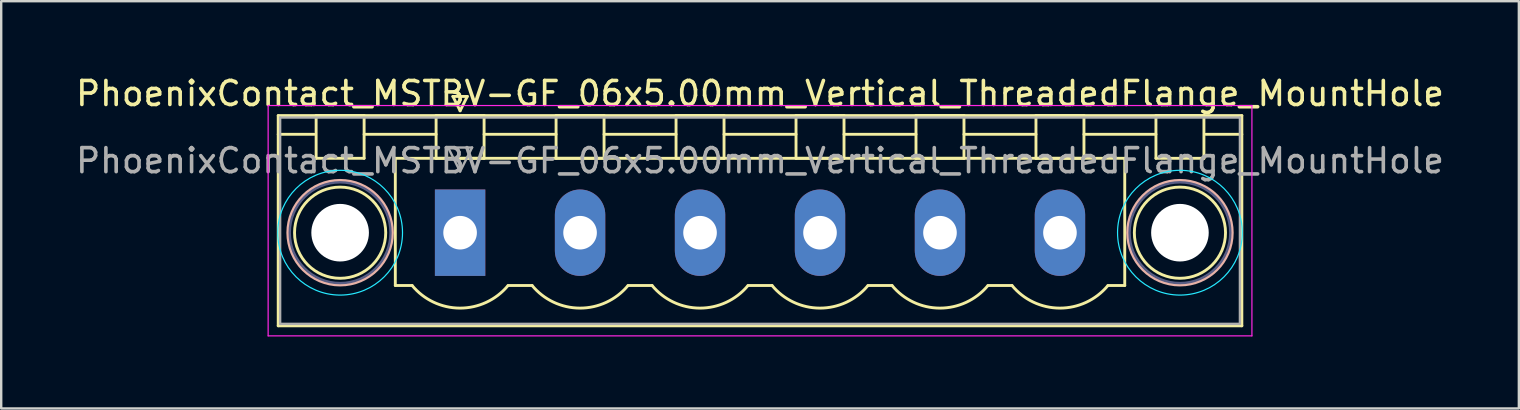
<source format=kicad_pcb>
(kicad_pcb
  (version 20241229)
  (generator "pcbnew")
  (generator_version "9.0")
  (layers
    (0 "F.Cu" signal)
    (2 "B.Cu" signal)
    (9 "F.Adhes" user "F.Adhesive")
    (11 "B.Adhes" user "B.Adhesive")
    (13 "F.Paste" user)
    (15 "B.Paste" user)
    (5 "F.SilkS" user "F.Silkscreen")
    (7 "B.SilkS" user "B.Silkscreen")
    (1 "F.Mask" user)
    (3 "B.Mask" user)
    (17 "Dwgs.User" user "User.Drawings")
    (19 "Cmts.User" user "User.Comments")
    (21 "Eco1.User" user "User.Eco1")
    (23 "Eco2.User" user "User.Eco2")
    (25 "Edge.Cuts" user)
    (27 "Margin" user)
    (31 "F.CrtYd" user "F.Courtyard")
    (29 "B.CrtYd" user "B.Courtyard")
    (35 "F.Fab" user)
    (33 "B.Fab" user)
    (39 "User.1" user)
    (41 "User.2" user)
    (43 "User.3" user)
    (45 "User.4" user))
  (footprint "PhoenixContact_MSTBV-GF_06x5.00mm_Vertical_ThreadedFlange_MountHole"
    (layer "F.Cu")
    (at 16.125 6.648)
    (property "Reference" "PhoenixContact_MSTBV-GF_06x5.00mm_Vertical_ThreadedFlange_MountHole" (at 12.5 -5.8 0) (layer "F.SilkS") (effects (font (size 1 1) (thickness 0.15))))
    (attr through_hole)
    (fp_line (start -7.58 -4.88) (end -7.58 3.88) (stroke (width 0.12) (type solid)) (layer "F.SilkS"))
    (fp_line (start -7.58 -4.1) (end -6.08 -4.1) (stroke (width 0.12) (type solid)) (layer "F.SilkS"))
    (fp_line (start -7.58 3.88) (end 32.58 3.88) (stroke (width 0.12) (type solid)) (layer "F.SilkS"))
    (fp_line (start -6 -4.88) (end -4 -4.88) (stroke (width 0.12) (type solid)) (layer "F.SilkS"))
    (fp_line (start -6 -3.1) (end -6 -4.88) (stroke (width 0.12) (type solid)) (layer "F.SilkS"))
    (fp_line (start -4 -4.88) (end -4 -3.1) (stroke (width 0.12) (type solid)) (layer "F.SilkS"))
    (fp_line (start -4 -4.1) (end -1 -4.1) (stroke (width 0.12) (type solid)) (layer "F.SilkS"))
    (fp_line (start -4 -3.1) (end -6 -3.1) (stroke (width 0.12) (type solid)) (layer "F.SilkS"))
    (fp_line (start -2.7 -3.1) (end 27.7 -3.1) (stroke (width 0.12) (type solid)) (layer "F.SilkS"))
    (fp_line (start -2.7 2.2) (end -2.7 -3.1) (stroke (width 0.12) (type solid)) (layer "F.SilkS"))
    (fp_line (start -2 2.2) (end -2.7 2.2) (stroke (width 0.12) (type solid)) (layer "F.SilkS"))
    (fp_line (start -1 -4.88) (end 1 -4.88) (stroke (width 0.12) (type solid)) (layer "F.SilkS"))
    (fp_line (start -1 -3.1) (end -1 -4.88) (stroke (width 0.12) (type solid)) (layer "F.SilkS"))
    (fp_line (start -0.3 -5.68) (end 0.3 -5.68) (stroke (width 0.12) (type solid)) (layer "F.SilkS"))
    (fp_line (start 0 -5.08) (end -0.3 -5.68) (stroke (width 0.12) (type solid)) (layer "F.SilkS"))
    (fp_line (start 0.3 -5.68) (end 0 -5.08) (stroke (width 0.12) (type solid)) (layer "F.SilkS"))
    (fp_line (start 1 -4.88) (end 1 -3.1) (stroke (width 0.12) (type solid)) (layer "F.SilkS"))
    (fp_line (start 1 -4.1) (end 4 -4.1) (stroke (width 0.12) (type solid)) (layer "F.SilkS"))
    (fp_line (start 1 -3.1) (end -1 -3.1) (stroke (width 0.12) (type solid)) (layer "F.SilkS"))
    (fp_line (start 2 2.2) (end 3 2.2) (stroke (width 0.12) (type solid)) (layer "F.SilkS"))
    (fp_line (start 4 -4.88) (end 6 -4.88) (stroke (width 0.12) (type solid)) (layer "F.SilkS"))
    (fp_line (start 4 -3.1) (end 4 -4.88) (stroke (width 0.12) (type solid)) (layer "F.SilkS"))
    (fp_line (start 6 -4.88) (end 6 -3.1) (stroke (width 0.12) (type solid)) (layer "F.SilkS"))
    (fp_line (start 6 -4.1) (end 9 -4.1) (stroke (width 0.12) (type solid)) (layer "F.SilkS"))
    (fp_line (start 6 -3.1) (end 4 -3.1) (stroke (width 0.12) (type solid)) (layer "F.SilkS"))
    (fp_line (start 7 2.2) (end 8 2.2) (stroke (width 0.12) (type solid)) (layer "F.SilkS"))
    (fp_line (start 9 -4.88) (end 11 -4.88) (stroke (width 0.12) (type solid)) (layer "F.SilkS"))
    (fp_line (start 9 -3.1) (end 9 -4.88) (stroke (width 0.12) (type solid)) (layer "F.SilkS"))
    (fp_line (start 11 -4.88) (end 11 -3.1) (stroke (width 0.12) (type solid)) (layer "F.SilkS"))
    (fp_line (start 11 -4.1) (end 14 -4.1) (stroke (width 0.12) (type solid)) (layer "F.SilkS"))
    (fp_line (start 11 -3.1) (end 9 -3.1) (stroke (width 0.12) (type solid)) (layer "F.SilkS"))
    (fp_line (start 12 2.2) (end 13 2.2) (stroke (width 0.12) (type solid)) (layer "F.SilkS"))
    (fp_line (start 14 -4.88) (end 16 -4.88) (stroke (width 0.12) (type solid)) (layer "F.SilkS"))
    (fp_line (start 14 -3.1) (end 14 -4.88) (stroke (width 0.12) (type solid)) (layer "F.SilkS"))
    (fp_line (start 16 -4.88) (end 16 -3.1) (stroke (width 0.12) (type solid)) (layer "F.SilkS"))
    (fp_line (start 16 -4.1) (end 19 -4.1) (stroke (width 0.12) (type solid)) (layer "F.SilkS"))
    (fp_line (start 16 -3.1) (end 14 -3.1) (stroke (width 0.12) (type solid)) (layer "F.SilkS"))
    (fp_line (start 17 2.2) (end 18 2.2) (stroke (width 0.12) (type solid)) (layer "F.SilkS"))
    (fp_line (start 19 -4.88) (end 21 -4.88) (stroke (width 0.12) (type solid)) (layer "F.SilkS"))
    (fp_line (start 19 -3.1) (end 19 -4.88) (stroke (width 0.12) (type solid)) (layer "F.SilkS"))
    (fp_line (start 21 -4.88) (end 21 -3.1) (stroke (width 0.12) (type solid)) (layer "F.SilkS"))
    (fp_line (start 21 -4.1) (end 24 -4.1) (stroke (width 0.12) (type solid)) (layer "F.SilkS"))
    (fp_line (start 21 -3.1) (end 19 -3.1) (stroke (width 0.12) (type solid)) (layer "F.SilkS"))
    (fp_line (start 22 2.2) (end 23 2.2) (stroke (width 0.12) (type solid)) (layer "F.SilkS"))
    (fp_line (start 24 -4.88) (end 26 -4.88) (stroke (width 0.12) (type solid)) (layer "F.SilkS"))
    (fp_line (start 24 -3.1) (end 24 -4.88) (stroke (width 0.12) (type solid)) (layer "F.SilkS"))
    (fp_line (start 26 -4.88) (end 26 -3.1) (stroke (width 0.12) (type solid)) (layer "F.SilkS"))
    (fp_line (start 26 -4.1) (end 29 -4.1) (stroke (width 0.12) (type solid)) (layer "F.SilkS"))
    (fp_line (start 26 -3.1) (end 24 -3.1) (stroke (width 0.12) (type solid)) (layer "F.SilkS"))
    (fp_line (start 27.7 -3.1) (end 27.7 2.2) (stroke (width 0.12) (type solid)) (layer "F.SilkS"))
    (fp_line (start 27.7 2.2) (end 27 2.2) (stroke (width 0.12) (type solid)) (layer "F.SilkS"))
    (fp_line (start 29 -4.88) (end 31 -4.88) (stroke (width 0.12) (type solid)) (layer "F.SilkS"))
    (fp_line (start 29 -3.1) (end 29 -4.88) (stroke (width 0.12) (type solid)) (layer "F.SilkS"))
    (fp_line (start 31 -4.88) (end 31 -3.1) (stroke (width 0.12) (type solid)) (layer "F.SilkS"))
    (fp_line (start 31 -3.1) (end 29 -3.1) (stroke (width 0.12) (type solid)) (layer "F.SilkS"))
    (fp_line (start 32.58 -4.88) (end -7.58 -4.88) (stroke (width 0.12) (type solid)) (layer "F.SilkS"))
    (fp_line (start 32.58 -4.1) (end 31.08 -4.1) (stroke (width 0.12) (type solid)) (layer "F.SilkS"))
    (fp_line (start 32.58 3.88) (end 32.58 -4.88) (stroke (width 0.12) (type solid)) (layer "F.SilkS"))
    (fp_arc (start 1.986842 2.215821) (mid -0.010289 3.142758) (end -2 2.2) (stroke (width 0.12) (type solid)) (layer "F.SilkS"))
    (fp_arc (start 6.986842 2.215821) (mid 4.989711 3.142758) (end 3 2.2) (stroke (width 0.12) (type solid)) (layer "F.SilkS"))
    (fp_arc (start 11.986842 2.215821) (mid 9.989711 3.142758) (end 8 2.2) (stroke (width 0.12) (type solid)) (layer "F.SilkS"))
    (fp_arc (start 16.986842 2.215821) (mid 14.989711 3.142758) (end 13 2.2) (stroke (width 0.12) (type solid)) (layer "F.SilkS"))
    (fp_arc (start 21.986842 2.215821) (mid 19.989711 3.142758) (end 18 2.2) (stroke (width 0.12) (type solid)) (layer "F.SilkS"))
    (fp_arc (start 26.986842 2.215821) (mid 24.989711 3.142758) (end 23 2.2) (stroke (width 0.12) (type solid)) (layer "F.SilkS"))
    (fp_circle (center -5 0) (end -3.1 0) (stroke (width 0.12) (type solid)) (fill no) (layer "F.SilkS"))
    (fp_circle (center 30 0) (end 31.9 0) (stroke (width 0.12) (type solid)) (fill no) (layer "F.SilkS"))
    (fp_circle (center -5 0) (end -2.82 0) (stroke (width 0.12) (type solid)) (fill no) (layer "B.SilkS"))
    (fp_circle (center 30 0) (end 32.18 0) (stroke (width 0.12) (type solid)) (fill no) (layer "B.SilkS"))
    (fp_circle (center -5 0) (end -2.4 0) (stroke (width 0.05) (type solid)) (fill no) (layer "B.CrtYd"))
    (fp_circle (center 30 0) (end 32.6 0) (stroke (width 0.05) (type solid)) (fill no) (layer "B.CrtYd"))
    (fp_line (start -8 -5.3) (end -8 4.3) (stroke (width 0.05) (type solid)) (layer "F.CrtYd"))
    (fp_line (start -8 4.3) (end 33 4.3) (stroke (width 0.05) (type solid)) (layer "F.CrtYd"))
    (fp_line (start 33 -5.3) (end -8 -5.3) (stroke (width 0.05) (type solid)) (layer "F.CrtYd"))
    (fp_line (start 33 4.3) (end 33 -5.3) (stroke (width 0.05) (type solid)) (layer "F.CrtYd"))
    (fp_circle (center -5 0) (end -2.9 0) (stroke (width 0.1) (type solid)) (fill no) (layer "B.Fab"))
    (fp_circle (center 30 0) (end 32.1 0) (stroke (width 0.1) (type solid)) (fill no) (layer "B.Fab"))
    (fp_line (start -7.5 -4.8) (end -7.5 3.8) (stroke (width 0.1) (type solid)) (layer "F.Fab"))
    (fp_line (start -7.5 3.8) (end 32.5 3.8) (stroke (width 0.1) (type solid)) (layer "F.Fab"))
    (fp_line (start -0.5 -3.55) (end 0.5 -3.55) (stroke (width 0.1) (type solid)) (layer "F.Fab"))
    (fp_line (start 0 -2.55) (end -0.5 -3.55) (stroke (width 0.1) (type solid)) (layer "F.Fab"))
    (fp_line (start 0.5 -3.55) (end 0 -2.55) (stroke (width 0.1) (type solid)) (layer "F.Fab"))
    (fp_line (start 32.5 -4.8) (end -7.5 -4.8) (stroke (width 0.1) (type solid)) (layer "F.Fab"))
    (fp_line (start 32.5 3.8) (end 32.5 -4.8) (stroke (width 0.1) (type solid)) (layer "F.Fab"))
    (fp_text user "${REFERENCE}" (at 12.5 -3 0) (layer "F.Fab") (effects (font (size 1 1) (thickness 0.15))))
    (pad "" np_thru_hole circle (at -5 0) (size 2.4 2.4) (drill 2.4) (layers "*.Cu" "*.Mask"))
    (pad "" np_thru_hole circle (at 30 0) (size 2.4 2.4) (drill 2.4) (layers "*.Cu" "*.Mask"))
    (pad "1" thru_hole rect (at 0 0) (size 2.1 3.6) (drill 1.4) (layers "*.Cu" "*.Mask"))
    (pad "2" thru_hole oval (at 5 0) (size 2.1 3.6) (drill 1.4) (layers "*.Cu" "*.Mask"))
    (pad "3" thru_hole oval (at 10 0) (size 2.1 3.6) (drill 1.4) (layers "*.Cu" "*.Mask"))
    (pad "4" thru_hole oval (at 15 0) (size 2.1 3.6) (drill 1.4) (layers "*.Cu" "*.Mask"))
    (pad "5" thru_hole oval (at 20 0) (size 2.1 3.6) (drill 1.4) (layers "*.Cu" "*.Mask"))
    (pad "6" thru_hole oval (at 25 0) (size 2.1 3.6) (drill 1.4) (layers "*.Cu" "*.Mask")))
  (gr_rect
    (start -3 -3)
    (end 60.25 13.973)
    (stroke (width 0.1) (type default))
    (fill no)
    (layer "Edge.Cuts")))
</source>
